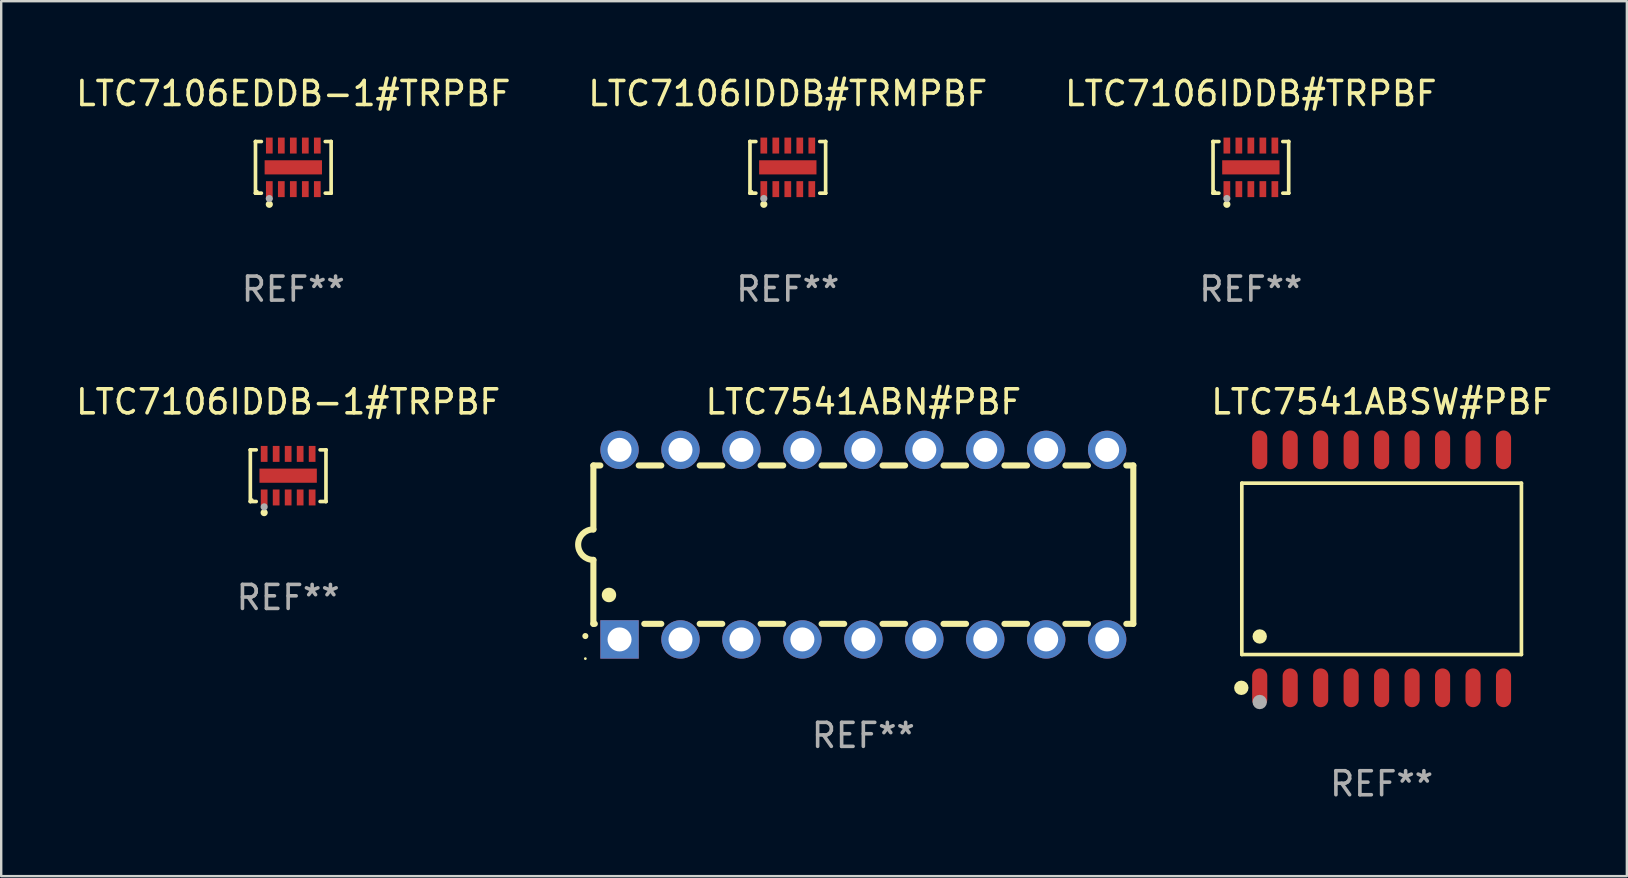
<source format=kicad_pcb>
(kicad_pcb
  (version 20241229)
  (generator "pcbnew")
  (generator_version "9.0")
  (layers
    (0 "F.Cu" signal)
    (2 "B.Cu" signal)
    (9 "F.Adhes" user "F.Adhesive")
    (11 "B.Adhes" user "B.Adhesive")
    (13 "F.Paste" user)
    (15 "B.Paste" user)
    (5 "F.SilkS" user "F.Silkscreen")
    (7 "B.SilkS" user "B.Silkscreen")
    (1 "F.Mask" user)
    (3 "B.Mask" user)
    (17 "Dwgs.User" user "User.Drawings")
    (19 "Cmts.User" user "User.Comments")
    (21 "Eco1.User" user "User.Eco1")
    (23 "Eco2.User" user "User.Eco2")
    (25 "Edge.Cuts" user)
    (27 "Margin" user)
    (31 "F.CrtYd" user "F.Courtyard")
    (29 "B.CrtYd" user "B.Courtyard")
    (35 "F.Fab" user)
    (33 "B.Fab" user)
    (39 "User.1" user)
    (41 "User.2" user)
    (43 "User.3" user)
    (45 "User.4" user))
  (footprint "LTC7106IDDB-1#TRPBF"
    (layer "F.Cu")
    (at 8.958 16.773)
    (property "Reference" "LTC7106IDDB-1#TRPBF" (at 0 -3.076 0) (layer "F.SilkS") (effects (font (size 1 1) (thickness 0.15))))
    (attr through_hole)
    (fp_line (start -1.576 -1.076) (end -1.576 -1.076) (stroke (width 0.152) (type solid)) (layer "F.SilkS"))
    (fp_line (start -1.576 -1.076) (end -1.331 -1.076) (stroke (width 0.152) (type solid)) (layer "F.SilkS"))
    (fp_line (start -1.576 1.076) (end -1.576 -1.076) (stroke (width 0.152) (type solid)) (layer "F.SilkS"))
    (fp_line (start -1.576 1.076) (end -1.576 1.076) (stroke (width 0.152) (type solid)) (layer "F.SilkS"))
    (fp_line (start -1.331 1.076) (end -1.576 1.076) (stroke (width 0.152) (type solid)) (layer "F.SilkS"))
    (fp_line (start 1.331 1.076) (end 1.576 1.076) (stroke (width 0.152) (type solid)) (layer "F.SilkS"))
    (fp_line (start 1.576 -1.076) (end 1.331 -1.076) (stroke (width 0.152) (type solid)) (layer "F.SilkS"))
    (fp_line (start 1.576 -1.076) (end 1.576 -1.076) (stroke (width 0.152) (type solid)) (layer "F.SilkS"))
    (fp_line (start 1.576 1.076) (end 1.576 -1.076) (stroke (width 0.152) (type solid)) (layer "F.SilkS"))
    (fp_line (start 1.576 1.076) (end 1.576 1.076) (stroke (width 0.152) (type solid)) (layer "F.SilkS"))
    (fp_circle (center -1.5 1) (end -1.47 1) (stroke (width 0.06) (type solid)) (fill no) (layer "F.SilkS"))
    (fp_circle (center -1 1.54) (end -0.925 1.54) (stroke (width 0.15) (type solid)) (fill no) (layer "F.SilkS"))
    (fp_circle (center -1 1.3) (end -0.925 1.3) (stroke (width 0.15) (type solid)) (fill no) (layer "F.Fab"))
    (fp_text user "REF**" (at 0 5.076 0) (layer "F.Fab") (effects (font (size 1 1) (thickness 0.15))))
    (pad "1" smd rect (at -1 0.908) (size 0.28 0.665) (layers "F.Cu" "F.Mask" "F.Paste"))
    (pad "2" smd rect (at -0.5 0.908) (size 0.28 0.665) (layers "F.Cu" "F.Mask" "F.Paste"))
    (pad "3" smd rect (at 0 0.908) (size 0.28 0.665) (layers "F.Cu" "F.Mask" "F.Paste"))
    (pad "4" smd rect (at 0.5 0.908) (size 0.28 0.665) (layers "F.Cu" "F.Mask" "F.Paste"))
    (pad "5" smd rect (at 1 0.908) (size 0.28 0.665) (layers "F.Cu" "F.Mask" "F.Paste"))
    (pad "6" smd rect (at 1 -0.908) (size 0.28 0.665) (layers "F.Cu" "F.Mask" "F.Paste"))
    (pad "7" smd rect (at 0.5 -0.908) (size 0.28 0.665) (layers "F.Cu" "F.Mask" "F.Paste"))
    (pad "8" smd rect (at 0 -0.908) (size 0.28 0.665) (layers "F.Cu" "F.Mask" "F.Paste"))
    (pad "9" smd rect (at -0.5 -0.908) (size 0.28 0.665) (layers "F.Cu" "F.Mask" "F.Paste"))
    (pad "10" smd rect (at -1 -0.908) (size 0.28 0.665) (layers "F.Cu" "F.Mask" "F.Paste"))
    (pad "11" smd rect (at 0 0) (size 2.39 0.59) (layers "F.Cu" "F.Mask" "F.Paste")))
  (footprint "LTC7106IDDB#TRMPBF"
    (layer "F.Cu")
    (at 29.78 3.924)
    (property "Reference" "LTC7106IDDB#TRMPBF" (at 0 -3.076 0) (layer "F.SilkS") (effects (font (size 1 1) (thickness 0.15))))
    (attr through_hole)
    (fp_line (start -1.576 -1.076) (end -1.576 -1.076) (stroke (width 0.152) (type solid)) (layer "F.SilkS"))
    (fp_line (start -1.576 -1.076) (end -1.331 -1.076) (stroke (width 0.152) (type solid)) (layer "F.SilkS"))
    (fp_line (start -1.576 1.076) (end -1.576 -1.076) (stroke (width 0.152) (type solid)) (layer "F.SilkS"))
    (fp_line (start -1.576 1.076) (end -1.576 1.076) (stroke (width 0.152) (type solid)) (layer "F.SilkS"))
    (fp_line (start -1.331 1.076) (end -1.576 1.076) (stroke (width 0.152) (type solid)) (layer "F.SilkS"))
    (fp_line (start 1.331 1.076) (end 1.576 1.076) (stroke (width 0.152) (type solid)) (layer "F.SilkS"))
    (fp_line (start 1.576 -1.076) (end 1.331 -1.076) (stroke (width 0.152) (type solid)) (layer "F.SilkS"))
    (fp_line (start 1.576 -1.076) (end 1.576 -1.076) (stroke (width 0.152) (type solid)) (layer "F.SilkS"))
    (fp_line (start 1.576 1.076) (end 1.576 -1.076) (stroke (width 0.152) (type solid)) (layer "F.SilkS"))
    (fp_line (start 1.576 1.076) (end 1.576 1.076) (stroke (width 0.152) (type solid)) (layer "F.SilkS"))
    (fp_circle (center -1.5 1) (end -1.47 1) (stroke (width 0.06) (type solid)) (fill no) (layer "F.SilkS"))
    (fp_circle (center -1 1.54) (end -0.925 1.54) (stroke (width 0.15) (type solid)) (fill no) (layer "F.SilkS"))
    (fp_circle (center -1 1.3) (end -0.925 1.3) (stroke (width 0.15) (type solid)) (fill no) (layer "F.Fab"))
    (fp_text user "REF**" (at 0 5.076 0) (layer "F.Fab") (effects (font (size 1 1) (thickness 0.15))))
    (pad "1" smd rect (at -1 0.908) (size 0.28 0.665) (layers "F.Cu" "F.Mask" "F.Paste"))
    (pad "2" smd rect (at -0.5 0.908) (size 0.28 0.665) (layers "F.Cu" "F.Mask" "F.Paste"))
    (pad "3" smd rect (at 0 0.908) (size 0.28 0.665) (layers "F.Cu" "F.Mask" "F.Paste"))
    (pad "4" smd rect (at 0.5 0.908) (size 0.28 0.665) (layers "F.Cu" "F.Mask" "F.Paste"))
    (pad "5" smd rect (at 1 0.908) (size 0.28 0.665) (layers "F.Cu" "F.Mask" "F.Paste"))
    (pad "6" smd rect (at 1 -0.908) (size 0.28 0.665) (layers "F.Cu" "F.Mask" "F.Paste"))
    (pad "7" smd rect (at 0.5 -0.908) (size 0.28 0.665) (layers "F.Cu" "F.Mask" "F.Paste"))
    (pad "8" smd rect (at 0 -0.908) (size 0.28 0.665) (layers "F.Cu" "F.Mask" "F.Paste"))
    (pad "9" smd rect (at -0.5 -0.908) (size 0.28 0.665) (layers "F.Cu" "F.Mask" "F.Paste"))
    (pad "10" smd rect (at -1 -0.908) (size 0.28 0.665) (layers "F.Cu" "F.Mask" "F.Paste"))
    (pad "11" smd rect (at 0 0) (size 2.39 0.59) (layers "F.Cu" "F.Mask" "F.Paste")))
  (footprint "LTC7541ABN#PBF"
    (layer "F.Cu")
    (at 32.928 19.647)
    (property "Reference" "LTC7541ABN#PBF" (at 0 -5.95 0) (layer "F.SilkS") (effects (font (size 1 1) (thickness 0.15))))
    (attr through_hole)
    (fp_line (start -11.25 -3.3) (end -11.25 -0.635) (stroke (width 0.254) (type solid)) (layer "F.SilkS"))
    (fp_line (start -11.25 -3.3) (end -10.96 -3.3) (stroke (width 0.254) (type solid)) (layer "F.SilkS"))
    (fp_line (start -11.25 3.3) (end -11.25 0.635) (stroke (width 0.254) (type solid)) (layer "F.SilkS"))
    (fp_line (start -11.25 3.3) (end -11.191 3.3) (stroke (width 0.254) (type solid)) (layer "F.SilkS"))
    (fp_line (start -9.36 -3.3) (end -8.42 -3.3) (stroke (width 0.254) (type solid)) (layer "F.SilkS"))
    (fp_line (start -9.129 3.3) (end -8.42 3.3) (stroke (width 0.254) (type solid)) (layer "F.SilkS"))
    (fp_line (start -6.82 -3.3) (end -5.88 -3.3) (stroke (width 0.254) (type solid)) (layer "F.SilkS"))
    (fp_line (start -6.82 3.3) (end -5.88 3.3) (stroke (width 0.254) (type solid)) (layer "F.SilkS"))
    (fp_line (start -4.28 -3.3) (end -3.34 -3.3) (stroke (width 0.254) (type solid)) (layer "F.SilkS"))
    (fp_line (start -4.28 3.3) (end -3.34 3.3) (stroke (width 0.254) (type solid)) (layer "F.SilkS"))
    (fp_line (start -1.74 -3.3) (end -0.8 -3.3) (stroke (width 0.254) (type solid)) (layer "F.SilkS"))
    (fp_line (start -1.74 3.3) (end -0.8 3.3) (stroke (width 0.254) (type solid)) (layer "F.SilkS"))
    (fp_line (start 0.8 -3.3) (end 1.74 -3.3) (stroke (width 0.254) (type solid)) (layer "F.SilkS"))
    (fp_line (start 0.8 3.3) (end 1.74 3.3) (stroke (width 0.254) (type solid)) (layer "F.SilkS"))
    (fp_line (start 3.34 -3.3) (end 4.28 -3.3) (stroke (width 0.254) (type solid)) (layer "F.SilkS"))
    (fp_line (start 3.34 3.3) (end 4.28 3.3) (stroke (width 0.254) (type solid)) (layer "F.SilkS"))
    (fp_line (start 5.88 -3.3) (end 6.82 -3.3) (stroke (width 0.254) (type solid)) (layer "F.SilkS"))
    (fp_line (start 5.88 3.3) (end 6.82 3.3) (stroke (width 0.254) (type solid)) (layer "F.SilkS"))
    (fp_line (start 8.42 -3.3) (end 9.36 -3.3) (stroke (width 0.254) (type solid)) (layer "F.SilkS"))
    (fp_line (start 8.42 3.3) (end 9.36 3.3) (stroke (width 0.254) (type solid)) (layer "F.SilkS"))
    (fp_line (start 10.96 -3.3) (end 11.25 -3.3) (stroke (width 0.254) (type solid)) (layer "F.SilkS"))
    (fp_line (start 10.96 3.3) (end 11.25 3.3) (stroke (width 0.254) (type solid)) (layer "F.SilkS"))
    (fp_line (start 11.25 -3.3) (end 11.25 3.3) (stroke (width 0.254) (type solid)) (layer "F.SilkS"))
    (fp_arc (start -11.584963 3.810008) (mid -11.58497 3.808738) (end -11.584963 3.807468) (stroke (width 0.25) (type solid)) (layer "F.SilkS"))
    (fp_arc (start -11.250013 0.635001) (mid -11.884684 -0.000165) (end -11.249683 -0.635001) (stroke (width 0.254001) (type solid)) (layer "F.SilkS"))
    (fp_arc (start -10.600025 2.1) (mid -10.600036 2.09746) (end -10.600025 2.09492) (stroke (width 0.6) (type solid)) (layer "F.SilkS"))
    (fp_circle (center -11.585 4.75) (end -11.555 4.75) (stroke (width 0.06) (type solid)) (fill no) (layer "F.SilkS"))
    (fp_text user "REF**" (at 0 7.95 0) (layer "F.Fab") (effects (font (size 1 1) (thickness 0.15))))
    (pad "1" thru_hole rect (at -10.16 3.95 90) (size 1.6 1.6) (drill 1) (layers "*.Cu" "*.Mask"))
    (pad "2" thru_hole circle (at -7.62 3.95 90) (size 1.6 1.6) (drill 1) (layers "*.Cu" "*.Mask"))
    (pad "3" thru_hole circle (at -5.08 3.95 90) (size 1.6 1.6) (drill 1) (layers "*.Cu" "*.Mask"))
    (pad "4" thru_hole circle (at -2.54 3.95 90) (size 1.6 1.6) (drill 1) (layers "*.Cu" "*.Mask"))
    (pad "5" thru_hole circle (at 0 3.95 90) (size 1.6 1.6) (drill 1) (layers "*.Cu" "*.Mask"))
    (pad "6" thru_hole circle (at 2.54 3.95 90) (size 1.6 1.6) (drill 1) (layers "*.Cu" "*.Mask"))
    (pad "7" thru_hole circle (at 5.08 3.95 90) (size 1.6 1.6) (drill 1) (layers "*.Cu" "*.Mask"))
    (pad "8" thru_hole circle (at 7.62 3.95 90) (size 1.6 1.6) (drill 1) (layers "*.Cu" "*.Mask"))
    (pad "9" thru_hole circle (at 10.16 3.95 90) (size 1.6 1.6) (drill 1) (layers "*.Cu" "*.Mask"))
    (pad "10" thru_hole circle (at 10.16 -3.95 90) (size 1.6 1.6) (drill 1) (layers "*.Cu" "*.Mask"))
    (pad "11" thru_hole circle (at 7.62 -3.95 90) (size 1.6 1.6) (drill 1) (layers "*.Cu" "*.Mask"))
    (pad "12" thru_hole circle (at 5.08 -3.95 90) (size 1.6 1.6) (drill 1) (layers "*.Cu" "*.Mask"))
    (pad "13" thru_hole circle (at 2.54 -3.95 90) (size 1.6 1.6) (drill 1) (layers "*.Cu" "*.Mask"))
    (pad "14" thru_hole circle (at 0 -3.95 90) (size 1.6 1.6) (drill 1) (layers "*.Cu" "*.Mask"))
    (pad "15" thru_hole circle (at -2.54 -3.95 90) (size 1.6 1.6) (drill 1) (layers "*.Cu" "*.Mask"))
    (pad "16" thru_hole circle (at -5.08 -3.95 90) (size 1.6 1.6) (drill 1) (layers "*.Cu" "*.Mask"))
    (pad "17" thru_hole circle (at -7.62 -3.95 90) (size 1.6 1.6) (drill 1) (layers "*.Cu" "*.Mask"))
    (pad "18" thru_hole circle (at -10.16 -3.95 90) (size 1.6 1.6) (drill 1) (layers "*.Cu" "*.Mask")))
  (footprint "LTC7541ABSW#PBF"
    (layer "F.Cu")
    (at 54.526 20.655)
    (property "Reference" "LTC7541ABSW#PBF" (at 0 -6.958 0) (layer "F.SilkS") (effects (font (size 1 1) (thickness 0.15))))
    (attr through_hole)
    (fp_line (start -5.826 -3.571) (end 5.826 -3.571) (stroke (width 0.152) (type solid)) (layer "F.SilkS"))
    (fp_line (start -5.826 3.571) (end -5.826 -3.571) (stroke (width 0.152) (type solid)) (layer "F.SilkS"))
    (fp_line (start 5.826 -3.571) (end 5.826 3.571) (stroke (width 0.152) (type solid)) (layer "F.SilkS"))
    (fp_line (start 5.826 3.571) (end -5.826 3.571) (stroke (width 0.152) (type solid)) (layer "F.SilkS"))
    (fp_circle (center -5.847 4.958) (end -5.697 4.958) (stroke (width 0.3) (type solid)) (fill no) (layer "F.SilkS"))
    (fp_circle (center -5.75 5.15) (end -5.72 5.15) (stroke (width 0.06) (type solid)) (fill no) (layer "F.SilkS"))
    (fp_circle (center -5.08 2.819) (end -4.93 2.819) (stroke (width 0.3) (type solid)) (fill no) (layer "F.SilkS"))
    (fp_circle (center -5.08 5.55) (end -4.93 5.55) (stroke (width 0.3) (type solid)) (fill no) (layer "F.Fab"))
    (fp_text user "REF**" (at 0 8.958 0) (layer "F.Fab") (effects (font (size 1 1) (thickness 0.15))))
    (pad "1" smd oval (at -5.08 4.958) (size 0.63 1.615) (layers "F.Cu" "F.Mask" "F.Paste"))
    (pad "2" smd oval (at -3.81 4.958) (size 0.63 1.615) (layers "F.Cu" "F.Mask" "F.Paste"))
    (pad "3" smd oval (at -2.54 4.958) (size 0.63 1.615) (layers "F.Cu" "F.Mask" "F.Paste"))
    (pad "4" smd oval (at -1.27 4.958) (size 0.63 1.615) (layers "F.Cu" "F.Mask" "F.Paste"))
    (pad "5" smd oval (at 0 4.958) (size 0.63 1.615) (layers "F.Cu" "F.Mask" "F.Paste"))
    (pad "6" smd oval (at 1.27 4.958) (size 0.63 1.615) (layers "F.Cu" "F.Mask" "F.Paste"))
    (pad "7" smd oval (at 2.54 4.958) (size 0.63 1.615) (layers "F.Cu" "F.Mask" "F.Paste"))
    (pad "8" smd oval (at 3.81 4.958) (size 0.63 1.615) (layers "F.Cu" "F.Mask" "F.Paste"))
    (pad "9" smd oval (at 5.08 4.958) (size 0.63 1.615) (layers "F.Cu" "F.Mask" "F.Paste"))
    (pad "10" smd oval (at 5.08 -4.958) (size 0.63 1.615) (layers "F.Cu" "F.Mask" "F.Paste"))
    (pad "11" smd oval (at 3.81 -4.958) (size 0.63 1.615) (layers "F.Cu" "F.Mask" "F.Paste"))
    (pad "12" smd oval (at 2.54 -4.958) (size 0.63 1.615) (layers "F.Cu" "F.Mask" "F.Paste"))
    (pad "13" smd oval (at 1.27 -4.958) (size 0.63 1.615) (layers "F.Cu" "F.Mask" "F.Paste"))
    (pad "14" smd oval (at 0 -4.958) (size 0.63 1.615) (layers "F.Cu" "F.Mask" "F.Paste"))
    (pad "15" smd oval (at -1.27 -4.958) (size 0.63 1.615) (layers "F.Cu" "F.Mask" "F.Paste"))
    (pad "16" smd oval (at -2.54 -4.958) (size 0.63 1.615) (layers "F.Cu" "F.Mask" "F.Paste"))
    (pad "17" smd oval (at -3.81 -4.958) (size 0.63 1.615) (layers "F.Cu" "F.Mask" "F.Paste"))
    (pad "18" smd oval (at -5.08 -4.958) (size 0.63 1.615) (layers "F.Cu" "F.Mask" "F.Paste")))
  (footprint "LTC7106EDDB-1#TRPBF"
    (layer "F.Cu")
    (at 9.173 3.924)
    (property "Reference" "LTC7106EDDB-1#TRPBF" (at 0 -3.076 0) (layer "F.SilkS") (effects (font (size 1 1) (thickness 0.15))))
    (attr through_hole)
    (fp_line (start -1.576 -1.076) (end -1.576 -1.076) (stroke (width 0.152) (type solid)) (layer "F.SilkS"))
    (fp_line (start -1.576 -1.076) (end -1.331 -1.076) (stroke (width 0.152) (type solid)) (layer "F.SilkS"))
    (fp_line (start -1.576 1.076) (end -1.576 -1.076) (stroke (width 0.152) (type solid)) (layer "F.SilkS"))
    (fp_line (start -1.576 1.076) (end -1.576 1.076) (stroke (width 0.152) (type solid)) (layer "F.SilkS"))
    (fp_line (start -1.331 1.076) (end -1.576 1.076) (stroke (width 0.152) (type solid)) (layer "F.SilkS"))
    (fp_line (start 1.331 1.076) (end 1.576 1.076) (stroke (width 0.152) (type solid)) (layer "F.SilkS"))
    (fp_line (start 1.576 -1.076) (end 1.331 -1.076) (stroke (width 0.152) (type solid)) (layer "F.SilkS"))
    (fp_line (start 1.576 -1.076) (end 1.576 -1.076) (stroke (width 0.152) (type solid)) (layer "F.SilkS"))
    (fp_line (start 1.576 1.076) (end 1.576 -1.076) (stroke (width 0.152) (type solid)) (layer "F.SilkS"))
    (fp_line (start 1.576 1.076) (end 1.576 1.076) (stroke (width 0.152) (type solid)) (layer "F.SilkS"))
    (fp_circle (center -1.5 1) (end -1.47 1) (stroke (width 0.06) (type solid)) (fill no) (layer "F.SilkS"))
    (fp_circle (center -1 1.54) (end -0.925 1.54) (stroke (width 0.15) (type solid)) (fill no) (layer "F.SilkS"))
    (fp_circle (center -1 1.3) (end -0.925 1.3) (stroke (width 0.15) (type solid)) (fill no) (layer "F.Fab"))
    (fp_text user "REF**" (at 0 5.076 0) (layer "F.Fab") (effects (font (size 1 1) (thickness 0.15))))
    (pad "1" smd rect (at -1 0.908) (size 0.28 0.665) (layers "F.Cu" "F.Mask" "F.Paste"))
    (pad "2" smd rect (at -0.5 0.908) (size 0.28 0.665) (layers "F.Cu" "F.Mask" "F.Paste"))
    (pad "3" smd rect (at 0 0.908) (size 0.28 0.665) (layers "F.Cu" "F.Mask" "F.Paste"))
    (pad "4" smd rect (at 0.5 0.908) (size 0.28 0.665) (layers "F.Cu" "F.Mask" "F.Paste"))
    (pad "5" smd rect (at 1 0.908) (size 0.28 0.665) (layers "F.Cu" "F.Mask" "F.Paste"))
    (pad "6" smd rect (at 1 -0.908) (size 0.28 0.665) (layers "F.Cu" "F.Mask" "F.Paste"))
    (pad "7" smd rect (at 0.5 -0.908) (size 0.28 0.665) (layers "F.Cu" "F.Mask" "F.Paste"))
    (pad "8" smd rect (at 0 -0.908) (size 0.28 0.665) (layers "F.Cu" "F.Mask" "F.Paste"))
    (pad "9" smd rect (at -0.5 -0.908) (size 0.28 0.665) (layers "F.Cu" "F.Mask" "F.Paste"))
    (pad "10" smd rect (at -1 -0.908) (size 0.28 0.665) (layers "F.Cu" "F.Mask" "F.Paste"))
    (pad "11" smd rect (at 0 0) (size 2.39 0.59) (layers "F.Cu" "F.Mask" "F.Paste")))
  (footprint "LTC7106IDDB#TRPBF"
    (layer "F.Cu")
    (at 49.077 3.924)
    (property "Reference" "LTC7106IDDB#TRPBF" (at 0 -3.076 0) (layer "F.SilkS") (effects (font (size 1 1) (thickness 0.15))))
    (attr through_hole)
    (fp_line (start -1.576 -1.076) (end -1.576 -1.076) (stroke (width 0.152) (type solid)) (layer "F.SilkS"))
    (fp_line (start -1.576 -1.076) (end -1.331 -1.076) (stroke (width 0.152) (type solid)) (layer "F.SilkS"))
    (fp_line (start -1.576 1.076) (end -1.576 -1.076) (stroke (width 0.152) (type solid)) (layer "F.SilkS"))
    (fp_line (start -1.576 1.076) (end -1.576 1.076) (stroke (width 0.152) (type solid)) (layer "F.SilkS"))
    (fp_line (start -1.331 1.076) (end -1.576 1.076) (stroke (width 0.152) (type solid)) (layer "F.SilkS"))
    (fp_line (start 1.331 1.076) (end 1.576 1.076) (stroke (width 0.152) (type solid)) (layer "F.SilkS"))
    (fp_line (start 1.576 -1.076) (end 1.331 -1.076) (stroke (width 0.152) (type solid)) (layer "F.SilkS"))
    (fp_line (start 1.576 -1.076) (end 1.576 -1.076) (stroke (width 0.152) (type solid)) (layer "F.SilkS"))
    (fp_line (start 1.576 1.076) (end 1.576 -1.076) (stroke (width 0.152) (type solid)) (layer "F.SilkS"))
    (fp_line (start 1.576 1.076) (end 1.576 1.076) (stroke (width 0.152) (type solid)) (layer "F.SilkS"))
    (fp_circle (center -1.5 1) (end -1.47 1) (stroke (width 0.06) (type solid)) (fill no) (layer "F.SilkS"))
    (fp_circle (center -1 1.54) (end -0.925 1.54) (stroke (width 0.15) (type solid)) (fill no) (layer "F.SilkS"))
    (fp_circle (center -1 1.3) (end -0.925 1.3) (stroke (width 0.15) (type solid)) (fill no) (layer "F.Fab"))
    (fp_text user "REF**" (at 0 5.076 0) (layer "F.Fab") (effects (font (size 1 1) (thickness 0.15))))
    (pad "1" smd rect (at -1 0.908) (size 0.28 0.665) (layers "F.Cu" "F.Mask" "F.Paste"))
    (pad "2" smd rect (at -0.5 0.908) (size 0.28 0.665) (layers "F.Cu" "F.Mask" "F.Paste"))
    (pad "3" smd rect (at 0 0.908) (size 0.28 0.665) (layers "F.Cu" "F.Mask" "F.Paste"))
    (pad "4" smd rect (at 0.5 0.908) (size 0.28 0.665) (layers "F.Cu" "F.Mask" "F.Paste"))
    (pad "5" smd rect (at 1 0.908) (size 0.28 0.665) (layers "F.Cu" "F.Mask" "F.Paste"))
    (pad "6" smd rect (at 1 -0.908) (size 0.28 0.665) (layers "F.Cu" "F.Mask" "F.Paste"))
    (pad "7" smd rect (at 0.5 -0.908) (size 0.28 0.665) (layers "F.Cu" "F.Mask" "F.Paste"))
    (pad "8" smd rect (at 0 -0.908) (size 0.28 0.665) (layers "F.Cu" "F.Mask" "F.Paste"))
    (pad "9" smd rect (at -0.5 -0.908) (size 0.28 0.665) (layers "F.Cu" "F.Mask" "F.Paste"))
    (pad "10" smd rect (at -1 -0.908) (size 0.28 0.665) (layers "F.Cu" "F.Mask" "F.Paste"))
    (pad "11" smd rect (at 0 0) (size 2.39 0.59) (layers "F.Cu" "F.Mask" "F.Paste")))
  (gr_rect
    (start -3 -3)
    (end 64.746 33.461)
    (stroke (width 0.1) (type default))
    (fill no)
    (layer "Edge.Cuts")))
</source>
